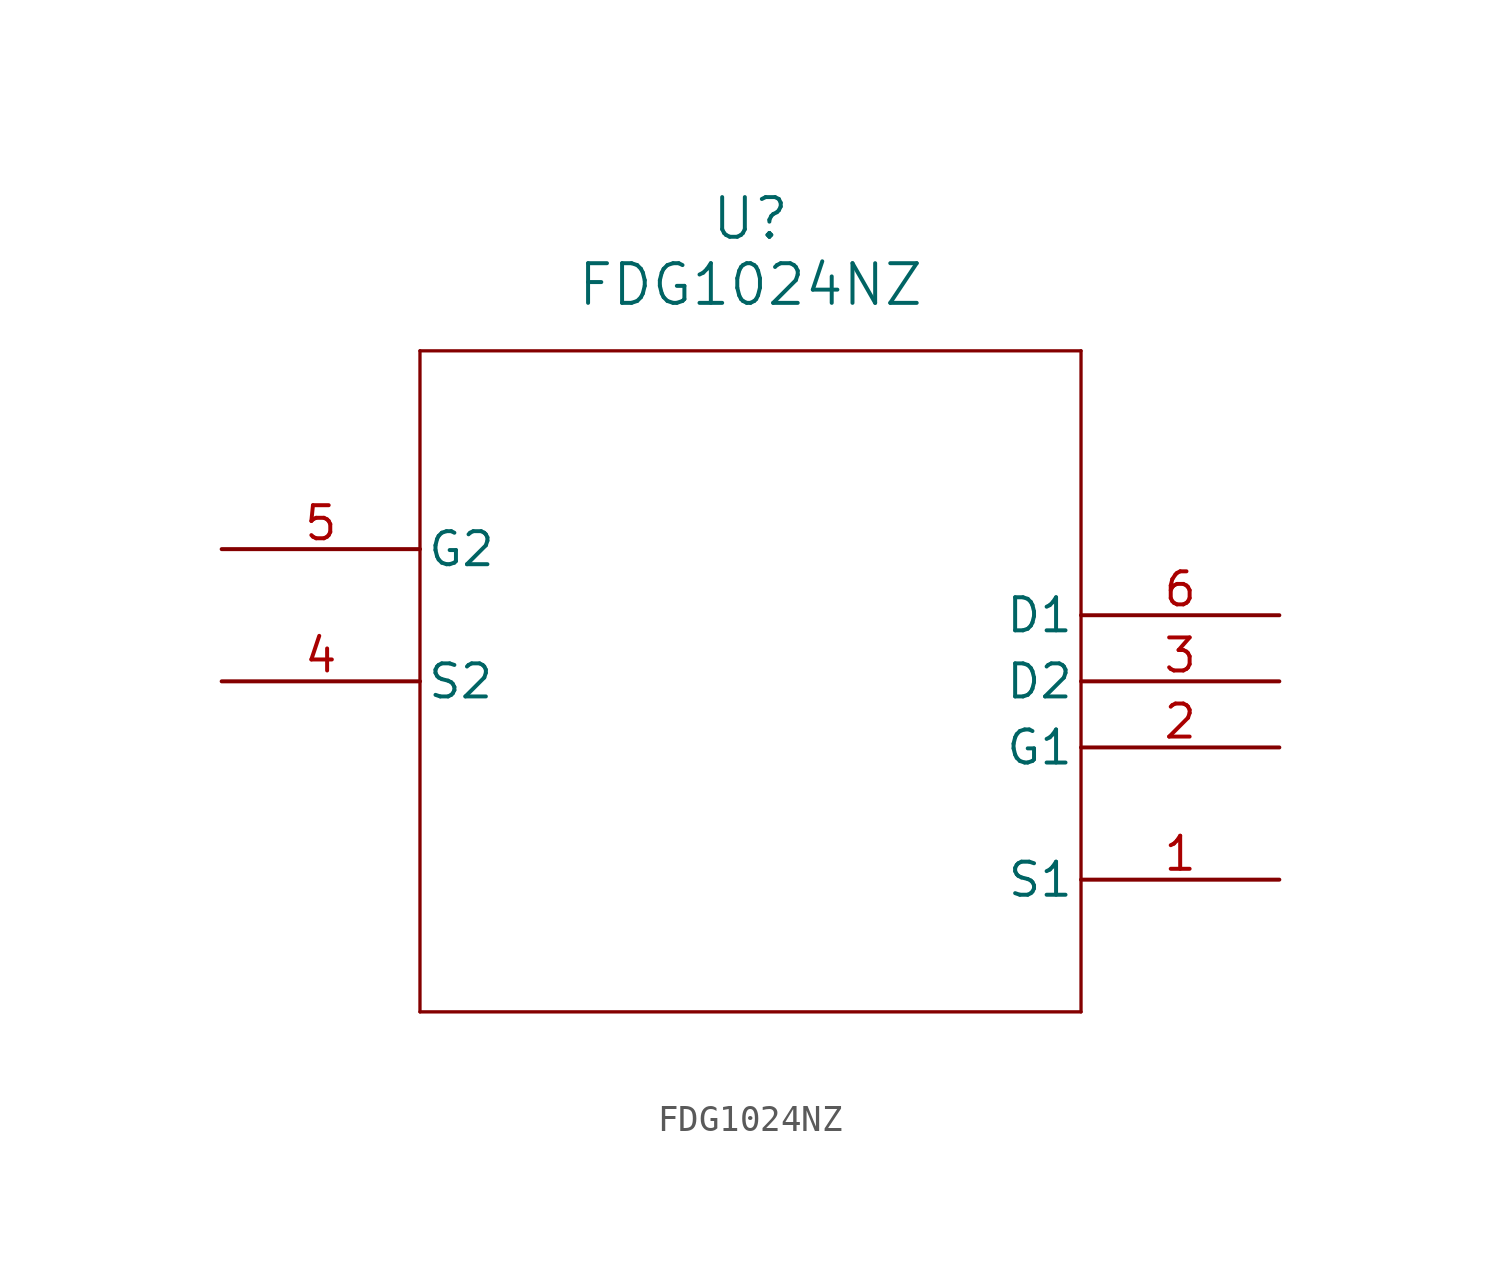
<source format=kicad_sym>
(kicad_symbol_lib
  (version 20211014)
  (generator kicad_symbol_editor)
  (symbol "FDG1024NZ"
    (pin_names
      (offset 0.254))
    (property "Reference" "U"
      (at 20.32 12.7 0)
      (effects (font (size 1.524 1.524))))
    (property "Value" "FDG1024NZ"
      (at 20.32 10.16 0)
      (effects (font (size 1.524 1.524))))
    (symbol "FDG1024NZ_0_1"
      (polyline (pts (xy 7.62 7.62) (xy 7.62 -17.78)) (stroke (width 0.127) (type default) (color 0 0 0 0)) (fill (type none)))
      (polyline (pts (xy 7.62 -17.78) (xy 33.02 -17.78)) (stroke (width 0.127) (type default) (color 0 0 0 0)) (fill (type none)))
      (polyline (pts (xy 33.02 -17.78) (xy 33.02 7.62)) (stroke (width 0.127) (type default) (color 0 0 0 0)) (fill (type none)))
      (polyline (pts (xy 33.02 7.62) (xy 7.62 7.62)) (stroke (width 0.127) (type default) (color 0 0 0 0)) (fill (type none)))
      (pin unspecified line (at 40.64 -12.7 180) (length 7.62) (name "S1" (effects (font (size 1.27 1.27)))) (number "1" (effects (font (size 1.27 1.27)))))
      (pin unspecified line (at 40.64 -7.62 180) (length 7.62) (name "G1" (effects (font (size 1.27 1.27)))) (number "2" (effects (font (size 1.27 1.27)))))
      (pin output line (at 40.64 -5.08 180) (length 7.62) (name "D2" (effects (font (size 1.27 1.27)))) (number "3" (effects (font (size 1.27 1.27)))))
      (pin input line (at 0 -5.08 0) (length 7.62) (name "S2" (effects (font (size 1.27 1.27)))) (number "4" (effects (font (size 1.27 1.27)))))
      (pin input line (at 0 0 0) (length 7.62) (name "G2" (effects (font (size 1.27 1.27)))) (number "5" (effects (font (size 1.27 1.27)))))
      (pin output line (at 40.64 -2.54 180) (length 7.62) (name "D1" (effects (font (size 1.27 1.27)))) (number "6" (effects (font (size 1.27 1.27))))))))
</source>
